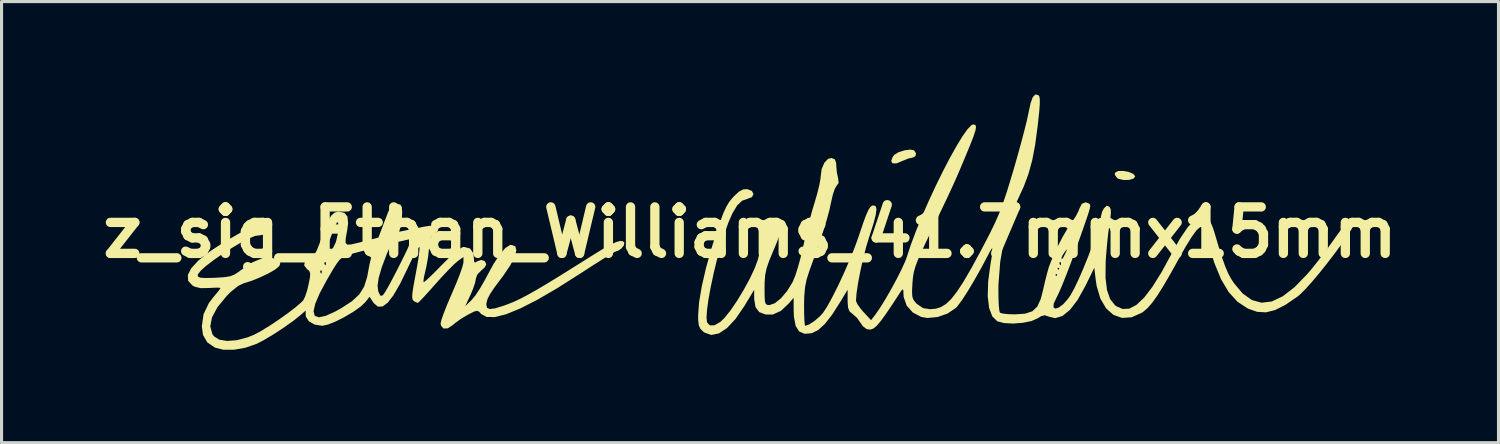
<source format=kicad_pcb>
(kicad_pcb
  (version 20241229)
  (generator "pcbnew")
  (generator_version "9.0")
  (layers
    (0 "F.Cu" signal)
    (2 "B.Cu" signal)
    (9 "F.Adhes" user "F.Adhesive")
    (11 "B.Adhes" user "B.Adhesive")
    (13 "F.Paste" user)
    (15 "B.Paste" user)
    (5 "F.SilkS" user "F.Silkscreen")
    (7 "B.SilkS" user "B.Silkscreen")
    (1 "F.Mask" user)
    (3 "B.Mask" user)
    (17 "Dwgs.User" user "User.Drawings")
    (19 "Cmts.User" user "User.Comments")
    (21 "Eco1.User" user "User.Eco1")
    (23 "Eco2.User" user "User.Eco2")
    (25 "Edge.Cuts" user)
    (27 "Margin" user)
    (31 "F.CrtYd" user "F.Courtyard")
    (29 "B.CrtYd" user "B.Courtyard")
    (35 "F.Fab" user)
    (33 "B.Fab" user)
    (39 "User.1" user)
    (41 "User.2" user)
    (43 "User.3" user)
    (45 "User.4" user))
  (footprint "z_sig_Ethan_Williams_41.7mmx15mm"
    (layer "F.Cu")
    (at 21.157 4.45)
    (property "Reference" "z_sig_Ethan_Williams_41.7mmx15mm" (at 0 0 0) (layer "F.SilkS") (effects (font (size 1.5 1.5) (thickness 0.3))))
    (attr board_only exclude_from_pos_files exclude_from_bom)
    (fp_poly (pts (xy 12.224 -1.949) (xy 12.369 -1.888) (xy 12.432 -1.811) (xy 12.432 -1.807) (xy 12.374 -1.734) (xy 12.234 -1.694) (xy 12.06 -1.69) (xy 11.9 -1.726) (xy 11.847 -1.756) (xy 11.77 -1.866) (xy 11.787 -1.933) (xy 11.883 -1.98) (xy 12.045 -1.983)) (stroke (width 0) (type solid)) (fill yes) (layer "F.SilkS"))
    (fp_poly (pts (xy 5.29 -2.65) (xy 5.358 -2.554) (xy 5.336 -2.455) (xy 5.244 -2.412) (xy 5.103 -2.382) (xy 4.935 -2.312) (xy 4.722 -2.225) (xy 4.594 -2.23) (xy 4.557 -2.307) (xy 4.601 -2.43) (xy 4.66 -2.506) (xy 4.797 -2.589) (xy 4.989 -2.649) (xy 5.176 -2.672)) (stroke (width 0) (type solid)) (fill yes) (layer "F.SilkS"))
    (fp_poly (pts (xy -11.4 -0.925) (xy -11.287 -0.896) (xy -11.238 -0.818) (xy -11.227 -0.65) (xy -11.227 -0.637) (xy -11.24 -0.413) (xy -11.27 -0.216) (xy -11.276 -0.194) (xy -11.324 -0.02) (xy -10.743 -0.14) (xy -10.478 -0.191) (xy -10.263 -0.223) (xy -10.131 -0.232) (xy -10.108 -0.227) (xy -10.052 -0.132) (xy -10.091 -0.017) (xy -10.191 0.056) (xy -10.273 0.11) (xy -10.322 0.218) (xy -10.351 0.416) (xy -10.358 0.506) (xy -10.392 0.804) (xy -10.448 1.116) (xy -10.481 1.257) (xy -10.526 1.45) (xy -10.541 1.577) (xy -10.53 1.608) (xy -10.468 1.563) (xy -10.333 1.439) (xy -10.147 1.256) (xy -9.934 1.039) (xy -9.646 0.752) (xy -9.431 0.568) (xy -9.281 0.479) (xy -9.23 0.469) (xy -9.037 0.52) (xy -8.933 0.671) (xy -8.913 0.826) (xy -8.903 0.955) (xy -8.861 0.972) (xy -8.814 0.939) (xy -8.682 0.889) (xy -8.563 0.925) (xy -8.511 1.029) (xy -8.563 1.131) (xy -8.679 1.234) (xy -8.805 1.365) (xy -8.847 1.493) (xy -8.875 1.633) (xy -8.947 1.841) (xy -9.019 2.011) (xy -9.191 2.379) (xy -8.987 2.184) (xy -8.863 2.034) (xy -8.711 1.803) (xy -8.556 1.534) (xy -8.504 1.435) (xy -8.282 1.026) (xy -8.076 0.712) (xy -7.894 0.502) (xy -7.744 0.407) (xy -7.709 0.402) (xy -7.578 0.447) (xy -7.541 0.578) (xy -7.596 0.787) (xy -7.739 1.065) (xy -7.969 1.405) (xy -8.029 1.485) (xy -8.247 1.776) (xy -8.39 1.99) (xy -8.472 2.149) (xy -8.507 2.279) (xy -8.511 2.341) (xy -8.485 2.437) (xy -8.396 2.474) (xy -8.227 2.452) (xy -7.963 2.371) (xy -7.794 2.309) (xy -7.61 2.235) (xy -7.406 2.138) (xy -7.168 2.013) (xy -6.881 1.851) (xy -6.532 1.644) (xy -6.108 1.384) (xy -5.595 1.063) (xy -5.201 0.815) (xy -4.82 0.578) (xy -4.533 0.413) (xy -4.326 0.315) (xy -4.186 0.275) (xy -4.097 0.29) (xy -4.058 0.33) (xy -4.07 0.417) (xy -4.152 0.522) (xy -4.26 0.595) (xy -4.302 0.603) (xy -4.377 0.638) (xy -4.545 0.737) (xy -4.789 0.887) (xy -5.091 1.078) (xy -5.431 1.298) (xy -5.491 1.337) (xy -6.227 1.804) (xy -6.868 2.177) (xy -7.415 2.455) (xy -7.869 2.641) (xy -8.229 2.733) (xy -8.497 2.731) (xy -8.674 2.637) (xy -8.682 2.628) (xy -8.754 2.552) (xy -8.824 2.531) (xy -8.931 2.567) (xy -9.107 2.658) (xy -9.327 2.789) (xy -9.525 2.932) (xy -9.589 2.988) (xy -9.754 3.097) (xy -9.892 3.104) (xy -9.974 3.012) (xy -9.986 2.93) (xy -9.959 2.82) (xy -9.887 2.615) (xy -9.78 2.343) (xy -9.647 2.031) (xy -9.617 1.962) (xy -9.48 1.642) (xy -9.366 1.352) (xy -9.286 1.122) (xy -9.25 0.979) (xy -9.249 0.964) (xy -9.249 0.795) (xy -9.433 0.927) (xy -9.55 1.029) (xy -9.729 1.207) (xy -9.944 1.435) (xy -10.153 1.668) (xy -10.363 1.903) (xy -10.539 2.096) (xy -10.665 2.227) (xy -10.722 2.277) (xy -10.723 2.277) (xy -10.802 2.245) (xy -10.852 2.216) (xy -10.889 2.173) (xy -10.904 2.09) (xy -10.895 1.944) (xy -10.859 1.714) (xy -10.797 1.376) (xy -10.793 1.355) (xy -10.735 1.038) (xy -10.692 0.766) (xy -10.668 0.567) (xy -10.667 0.471) (xy -10.667 0.47) (xy -10.703 0.495) (xy -10.783 0.623) (xy -10.894 0.835) (xy -11.028 1.11) (xy -11.061 1.181) (xy -11.3 1.67) (xy -11.511 2.033) (xy -11.696 2.272) (xy -11.86 2.392) (xy -12.007 2.397) (xy -12.139 2.289) (xy -12.17 2.246) (xy -12.279 2.078) (xy -12.411 2.247) (xy -12.567 2.395) (xy -12.803 2.562) (xy -13.081 2.728) (xy -13.365 2.872) (xy -13.619 2.974) (xy -13.805 3.015) (xy -13.808 3.015) (xy -14.051 2.976) (xy -14.238 2.87) (xy -14.335 2.72) (xy -14.342 2.665) (xy -14.342 2.549) (xy -14.087 2.549) (xy -14.048 2.693) (xy -13.917 2.741) (xy -13.694 2.694) (xy -13.378 2.55) (xy -13.192 2.446) (xy -12.849 2.223) (xy -12.611 2.002) (xy -12.455 1.752) (xy -12.447 1.725) (xy -12.022 1.725) (xy -11.997 1.907) (xy -11.994 1.915) (xy -11.936 2.037) (xy -11.879 2.047) (xy -11.831 2.005) (xy -11.769 1.913) (xy -11.661 1.725) (xy -11.521 1.465) (xy -11.363 1.159) (xy -11.309 1.051) (xy -11.142 0.716) (xy -11.031 0.482) (xy -10.969 0.334) (xy -10.953 0.254) (xy -10.975 0.225) (xy -11.03 0.23) (xy -11.043 0.233) (xy -11.24 0.279) (xy -11.396 0.312) (xy -11.522 0.362) (xy -11.62 0.475) (xy -11.719 0.684) (xy -11.723 0.694) (xy -11.888 1.133) (xy -11.986 1.472) (xy -12.022 1.725) (xy -12.447 1.725) (xy -12.357 1.44) (xy -12.327 1.278) (xy -12.28 1.027) (xy -12.228 0.805) (xy -12.194 0.696) (xy -12.157 0.575) (xy -12.194 0.539) (xy -12.332 0.56) (xy -12.518 0.603) (xy -12.76 0.667) (xy -12.886 0.703) (xy -13.033 0.749) (xy -13.145 0.8) (xy -13.241 0.88) (xy -13.341 1.008) (xy -13.466 1.207) (xy -13.636 1.499) (xy -13.655 1.531) (xy -13.89 1.968) (xy -14.034 2.307) (xy -14.087 2.549) (xy -14.342 2.549) (xy -14.342 2.523) (xy -14.493 2.657) (xy -14.734 2.851) (xy -15.047 3.073) (xy -15.385 3.294) (xy -15.703 3.483) (xy -15.922 3.596) (xy -16.284 3.723) (xy -16.659 3.788) (xy -17.004 3.787) (xy -17.269 3.72) (xy -17.518 3.549) (xy -17.656 3.307) (xy -17.693 3.032) (xy -17.637 2.639) (xy -17.462 2.274) (xy -17.299 2.064) (xy -17.176 1.918) (xy -17.101 1.817) (xy -17.09 1.795) (xy -17.15 1.784) (xy -17.306 1.786) (xy -17.458 1.795) (xy -17.733 1.8) (xy -17.925 1.753) (xy -17.994 1.716) (xy -18.133 1.564) (xy -18.145 1.376) (xy -18.032 1.155) (xy -17.796 0.901) (xy -17.437 0.617) (xy -16.959 0.304) (xy -16.439 0.006) (xy -16.085 -0.183) (xy -15.828 -0.308) (xy -15.651 -0.375) (xy -15.538 -0.389) (xy -15.47 -0.355) (xy -15.437 -0.298) (xy -15.45 -0.169) (xy -15.547 -0.033) (xy -15.688 0.07) (xy -15.832 0.098) (xy -15.844 0.096) (xy -15.971 0.114) (xy -16.177 0.198) (xy -16.436 0.333) (xy -16.727 0.504) (xy -17.025 0.695) (xy -17.307 0.891) (xy -17.549 1.076) (xy -17.728 1.236) (xy -17.82 1.354) (xy -17.827 1.383) (xy -17.808 1.435) (xy -17.734 1.463) (xy -17.581 1.473) (xy -17.323 1.467) (xy -17.271 1.465) (xy -16.985 1.448) (xy -16.791 1.419) (xy -16.645 1.365) (xy -16.506 1.275) (xy -16.45 1.232) (xy -16.064 0.969) (xy -15.73 0.829) (xy -15.449 0.811) (xy -15.245 0.897) (xy -15.159 0.982) (xy -15.182 1.066) (xy -15.216 1.11) (xy -15.337 1.206) (xy -15.545 1.325) (xy -15.801 1.447) (xy -16.063 1.555) (xy -16.292 1.629) (xy -16.33 1.638) (xy -16.519 1.727) (xy -16.754 1.916) (xy -16.886 2.047) (xy -17.186 2.412) (xy -17.365 2.742) (xy -17.421 3.033) (xy -17.353 3.281) (xy -17.305 3.351) (xy -17.134 3.462) (xy -16.876 3.504) (xy -16.56 3.479) (xy -16.213 3.387) (xy -15.992 3.296) (xy -15.771 3.177) (xy -15.495 3.007) (xy -15.198 2.808) (xy -14.908 2.601) (xy -14.657 2.409) (xy -14.476 2.252) (xy -14.42 2.193) (xy -14.359 2.07) (xy -14.292 1.866) (xy -14.247 1.679) (xy -14.204 1.454) (xy -14.196 1.322) (xy -14.215 1.273) (xy -13.873 1.273) (xy -13.848 1.329) (xy -13.828 1.318) (xy -13.82 1.238) (xy -13.828 1.229) (xy -13.868 1.238) (xy -13.873 1.273) (xy -14.215 1.273) (xy -14.226 1.245) (xy -14.297 1.186) (xy -14.298 1.185) (xy -14.391 1.067) (xy -14.378 1.005) (xy -13.739 1.005) (xy -13.714 1.06) (xy -13.694 1.05) (xy -13.686 0.97) (xy -13.694 0.961) (xy -13.734 0.97) (xy -13.739 1.005) (xy -14.378 1.005) (xy -14.364 0.938) (xy -14.228 0.827) (xy -14.183 0.807) (xy -14.078 0.736) (xy -13.986 0.592) (xy -13.976 0.566) (xy -13.66 0.566) (xy -13.629 0.597) (xy -13.559 0.591) (xy -13.557 0.591) (xy -13.462 0.511) (xy -13.373 0.326) (xy -13.354 0.268) (xy -13.303 0.036) (xy -13.283 -0.179) (xy -13.285 -0.235) (xy -13.299 -0.322) (xy -13.327 -0.325) (xy -13.378 -0.232) (xy -13.462 -0.029) (xy -13.487 0.035) (xy -13.592 0.307) (xy -13.649 0.477) (xy -13.66 0.566) (xy -13.976 0.566) (xy -13.89 0.349) (xy -13.87 0.289) (xy -13.737 -0.096) (xy -13.622 -0.368) (xy -13.516 -0.543) (xy -13.409 -0.638) (xy -13.289 -0.67) (xy -13.271 -0.67) (xy -13.091 -0.632) (xy -12.993 -0.51) (xy -12.972 -0.292) (xy -13.002 -0.064) (xy -13.048 0.185) (xy -13.055 0.332) (xy -13.003 0.395) (xy -12.87 0.389) (xy -12.634 0.333) (xy -12.531 0.307) (xy -11.994 0.169) (xy -11.784 -0.388) (xy -11.68 -0.655) (xy -11.604 -0.818) (xy -11.539 -0.901) (xy -11.468 -0.928)) (stroke (width 0) (type solid)) (fill yes) (layer "F.SilkS"))
    (fp_poly (pts (xy 9.304 -4.431) (xy 9.337 -4.387) (xy 9.353 -4.296) (xy 9.352 -4.136) (xy 9.333 -3.888) (xy 9.295 -3.533) (xy 9.282 -3.42) (xy 9.203 -2.829) (xy 9.109 -2.334) (xy 8.99 -1.897) (xy 8.835 -1.48) (xy 8.635 -1.046) (xy 8.631 -1.039) (xy 8.39 -0.451) (xy 8.201 0.224) (xy 8.075 0.948) (xy 8.018 1.681) (xy 8.016 1.787) (xy 8.018 2.092) (xy 8.028 2.348) (xy 8.046 2.525) (xy 8.065 2.591) (xy 8.157 2.62) (xy 8.341 2.64) (xy 8.547 2.646) (xy 8.877 2.624) (xy 9.111 2.547) (xy 9.272 2.395) (xy 9.385 2.145) (xy 9.455 1.87) (xy 9.521 1.583) (xy 9.574 1.374) (xy 9.852 1.374) (xy 9.885 1.407) (xy 9.919 1.374) (xy 9.885 1.34) (xy 9.852 1.374) (xy 9.574 1.374) (xy 9.591 1.308) (xy 9.629 1.173) (xy 9.919 1.173) (xy 9.952 1.206) (xy 9.986 1.173) (xy 9.952 1.139) (xy 9.919 1.173) (xy 9.629 1.173) (xy 9.649 1.106) (xy 9.688 1.005) (xy 9.986 1.005) (xy 10.01 1.06) (xy 10.03 1.05) (xy 10.038 0.97) (xy 10.03 0.961) (xy 9.991 0.97) (xy 9.986 1.005) (xy 9.688 1.005) (xy 9.756 0.828) (xy 10.053 0.828) (xy 10.066 0.87) (xy 10.111 0.809) (xy 10.181 0.67) (xy 10.232 0.559) (xy 10.218 0.559) (xy 10.157 0.633) (xy 10.076 0.757) (xy 10.053 0.828) (xy 9.756 0.828) (xy 9.758 0.823) (xy 9.911 0.49) (xy 10.086 0.153) (xy 10.258 -0.144) (xy 10.392 -0.339) (xy 10.52 -0.528) (xy 10.61 -0.708) (xy 10.624 -0.753) (xy 10.706 -0.92) (xy 10.83 -0.972) (xy 10.923 -0.939) (xy 10.954 -0.92) (xy 10.975 -0.896) (xy 10.981 -0.852) (xy 10.967 -0.772) (xy 10.929 -0.64) (xy 10.863 -0.441) (xy 10.765 -0.158) (xy 10.63 0.224) (xy 10.502 0.583) (xy 10.355 0.987) (xy 10.21 1.367) (xy 10.077 1.699) (xy 9.967 1.954) (xy 9.893 2.104) (xy 9.8 2.303) (xy 9.794 2.421) (xy 9.855 2.461) (xy 9.966 2.425) (xy 10.11 2.317) (xy 10.267 2.139) (xy 10.345 2.026) (xy 10.466 1.806) (xy 10.609 1.507) (xy 10.762 1.155) (xy 10.915 0.777) (xy 11.057 0.401) (xy 11.18 0.052) (xy 11.271 -0.242) (xy 11.32 -0.454) (xy 11.326 -0.517) (xy 11.365 -0.672) (xy 11.422 -0.775) (xy 11.512 -0.86) (xy 11.592 -0.832) (xy 11.6 -0.824) (xy 11.64 -0.75) (xy 11.647 -0.619) (xy 11.623 -0.401) (xy 11.6 -0.254) (xy 11.56 0.033) (xy 11.522 0.395) (xy 11.49 0.774) (xy 11.479 0.953) (xy 11.474 1.466) (xy 11.522 1.865) (xy 11.625 2.158) (xy 11.785 2.356) (xy 11.816 2.379) (xy 12.025 2.473) (xy 12.243 2.461) (xy 12.473 2.34) (xy 12.721 2.105) (xy 12.99 1.753) (xy 13.285 1.28) (xy 13.598 0.704) (xy 13.878 0.201) (xy 14.131 -0.171) (xy 14.357 -0.412) (xy 14.556 -0.522) (xy 14.729 -0.502) (xy 14.777 -0.469) (xy 14.849 -0.363) (xy 14.931 -0.173) (xy 14.985 -0.009) (xy 15.124 0.46) (xy 15.238 0.822) (xy 15.337 1.099) (xy 15.428 1.314) (xy 15.522 1.49) (xy 15.616 1.635) (xy 15.9 1.972) (xy 16.196 2.184) (xy 16.508 2.27) (xy 16.84 2.23) (xy 17.195 2.062) (xy 17.576 1.767) (xy 17.988 1.343) (xy 18.138 1.166) (xy 18.372 0.871) (xy 18.63 0.531) (xy 18.858 0.213) (xy 18.885 0.174) (xy 19.095 -0.116) (xy 19.253 -0.299) (xy 19.374 -0.385) (xy 19.468 -0.384) (xy 19.514 -0.351) (xy 19.503 -0.272) (xy 19.418 -0.111) (xy 19.274 0.116) (xy 19.084 0.39) (xy 18.861 0.693) (xy 18.62 1.007) (xy 18.375 1.314) (xy 18.138 1.595) (xy 17.925 1.832) (xy 17.749 2.007) (xy 17.674 2.069) (xy 17.281 2.339) (xy 16.947 2.507) (xy 16.651 2.581) (xy 16.37 2.565) (xy 16.081 2.464) (xy 16.056 2.452) (xy 15.732 2.238) (xy 15.45 1.928) (xy 15.203 1.514) (xy 14.985 0.984) (xy 14.844 0.53) (xy 14.762 0.253) (xy 14.685 0.023) (xy 14.626 -0.128) (xy 14.603 -0.166) (xy 14.526 -0.171) (xy 14.408 -0.064) (xy 14.246 0.158) (xy 14.038 0.498) (xy 13.866 0.804) (xy 13.582 1.316) (xy 13.346 1.721) (xy 13.15 2.034) (xy 12.983 2.268) (xy 12.836 2.437) (xy 12.7 2.556) (xy 12.647 2.593) (xy 12.317 2.74) (xy 12.007 2.761) (xy 11.729 2.663) (xy 11.493 2.453) (xy 11.309 2.14) (xy 11.187 1.729) (xy 11.159 1.542) (xy 11.112 1.142) (xy 10.825 1.727) (xy 10.576 2.174) (xy 10.328 2.499) (xy 10.084 2.698) (xy 9.849 2.769) (xy 9.644 2.72) (xy 9.516 2.675) (xy 9.396 2.704) (xy 9.282 2.775) (xy 9.08 2.863) (xy 8.8 2.919) (xy 8.491 2.942) (xy 8.205 2.928) (xy 7.99 2.873) (xy 7.978 2.867) (xy 7.817 2.708) (xy 7.715 2.434) (xy 7.671 2.055) (xy 7.687 1.577) (xy 7.763 1.007) (xy 7.78 0.912) (xy 7.823 0.659) (xy 7.833 0.531) (xy 7.806 0.52) (xy 7.741 0.621) (xy 7.698 0.704) (xy 7.471 1.132) (xy 7.244 1.536) (xy 7.031 1.893) (xy 6.844 2.182) (xy 6.696 2.381) (xy 6.644 2.438) (xy 6.377 2.619) (xy 6.054 2.732) (xy 5.726 2.763) (xy 5.529 2.73) (xy 5.254 2.586) (xy 5.056 2.363) (xy 4.96 2.092) (xy 4.955 2.022) (xy 4.948 1.87) (xy 4.923 1.835) (xy 4.872 1.899) (xy 4.599 2.317) (xy 4.386 2.633) (xy 4.22 2.861) (xy 4.092 3.012) (xy 3.988 3.099) (xy 3.898 3.135) (xy 3.811 3.132) (xy 3.761 3.119) (xy 3.642 3.031) (xy 3.565 2.918) (xy 3.453 2.759) (xy 3.32 2.643) (xy 3.216 2.554) (xy 3.165 2.435) (xy 3.15 2.238) (xy 3.15 2.191) (xy 3.15 1.851) (xy 2.91 2.249) (xy 2.645 2.663) (xy 2.411 2.961) (xy 2.197 3.154) (xy 1.99 3.255) (xy 1.777 3.273) (xy 1.756 3.271) (xy 1.585 3.198) (xy 1.473 3.019) (xy 1.417 2.727) (xy 1.408 2.513) (xy 1.407 2.111) (xy 1.256 2.289) (xy 0.996 2.534) (xy 0.736 2.651) (xy 0.504 2.652) (xy 0.297 2.573) (xy 0.179 2.417) (xy 0.135 2.165) (xy 0.134 2.104) (xy 0.134 1.853) (xy -0.184 2.38) (xy -0.467 2.792) (xy -0.742 3.087) (xy -1.004 3.261) (xy -1.249 3.311) (xy -1.47 3.233) (xy -1.5 3.211) (xy -1.602 3.114) (xy -1.654 2.997) (xy -1.674 2.816) (xy -1.675 2.683) (xy -1.646 2.27) (xy -1.56 1.754) (xy -1.422 1.153) (xy -1.235 0.486) (xy -1.103 0.067) (xy -0.972 -0.325) (xy -0.864 -0.613) (xy -0.768 -0.824) (xy -0.672 -0.984) (xy -0.564 -1.117) (xy -0.538 -1.146) (xy -0.362 -1.312) (xy -0.222 -1.387) (xy -0.089 -1.396) (xy 0.06 -1.338) (xy 0.111 -1.237) (xy 0.063 -1.139) (xy -0.076 -1.085) (xy -0.254 -1.023) (xy -0.414 -0.871) (xy -0.569 -0.613) (xy -0.698 -0.317) (xy -0.823 0.034) (xy -0.948 0.44) (xy -1.067 0.879) (xy -1.175 1.327) (xy -1.268 1.763) (xy -1.341 2.161) (xy -1.388 2.5) (xy -1.404 2.757) (xy -1.387 2.905) (xy -1.294 3.003) (xy -1.145 2.997) (xy -0.962 2.892) (xy -0.831 2.769) (xy -0.63 2.52) (xy -0.413 2.2) (xy -0.197 1.842) (xy -0.001 1.481) (xy 0.155 1.148) (xy 0.254 0.878) (xy 0.27 0.812) (xy 0.371 0.404) (xy 0.495 0.058) (xy 0.633 -0.208) (xy 0.777 -0.378) (xy 0.917 -0.438) (xy 0.966 -0.429) (xy 1.031 -0.381) (xy 1.055 -0.292) (xy 1.032 -0.144) (xy 0.96 0.08) (xy 0.835 0.397) (xy 0.74 0.622) (xy 0.612 0.932) (xy 0.532 1.168) (xy 0.489 1.377) (xy 0.472 1.606) (xy 0.469 1.801) (xy 0.471 2.069) (xy 0.482 2.231) (xy 0.51 2.313) (xy 0.563 2.342) (xy 0.629 2.346) (xy 0.8 2.287) (xy 0.997 2.129) (xy 1.196 1.894) (xy 1.373 1.607) (xy 1.379 1.595) (xy 1.459 1.4) (xy 1.55 1.115) (xy 1.641 0.779) (xy 1.708 0.489) (xy 1.798 0.095) (xy 1.905 -0.331) (xy 2.013 -0.727) (xy 2.077 -0.938) (xy 2.165 -1.237) (xy 2.233 -1.512) (xy 2.273 -1.723) (xy 2.279 -1.796) (xy 2.312 -2.044) (xy 2.399 -2.248) (xy 2.522 -2.375) (xy 2.634 -2.4) (xy 2.737 -2.358) (xy 2.779 -2.245) (xy 2.784 -2.145) (xy 2.803 -1.931) (xy 2.843 -1.748) (xy 2.843 -1.748) (xy 2.859 -1.592) (xy 2.8 -1.513) (xy 2.74 -1.414) (xy 2.674 -1.223) (xy 2.618 -0.981) (xy 2.616 -0.972) (xy 2.563 -0.725) (xy 2.486 -0.437) (xy 2.379 -0.087) (xy 2.237 0.34) (xy 2.053 0.862) (xy 1.916 1.24) (xy 1.827 1.516) (xy 1.775 1.775) (xy 1.75 2.072) (xy 1.744 2.362) (xy 1.747 2.64) (xy 1.756 2.859) (xy 1.769 2.991) (xy 1.779 3.016) (xy 1.912 2.97) (xy 2.088 2.854) (xy 2.265 2.699) (xy 2.356 2.597) (xy 2.489 2.394) (xy 2.655 2.093) (xy 2.841 1.723) (xy 3.033 1.311) (xy 3.218 0.885) (xy 3.383 0.474) (xy 3.515 0.106) (xy 3.52 0.091) (xy 3.646 -0.286) (xy 3.744 -0.552) (xy 3.821 -0.725) (xy 3.887 -0.824) (xy 3.95 -0.866) (xy 3.99 -0.871) (xy 4.058 -0.841) (xy 4.081 -0.743) (xy 4.057 -0.562) (xy 3.985 -0.286) (xy 3.862 0.099) (xy 3.85 0.134) (xy 3.748 0.468) (xy 3.649 0.855) (xy 3.559 1.258) (xy 3.486 1.642) (xy 3.437 1.97) (xy 3.42 2.206) (xy 3.42 2.212) (xy 3.464 2.315) (xy 3.575 2.47) (xy 3.664 2.573) (xy 3.906 2.833) (xy 4.031 2.673) (xy 4.182 2.458) (xy 4.363 2.167) (xy 4.555 1.834) (xy 4.74 1.493) (xy 4.899 1.176) (xy 5.015 0.919) (xy 5.057 0.804) (xy 5.191 0.397) (xy 5.36 -0.053) (xy 5.556 -0.531) (xy 5.771 -1.021) (xy 5.997 -1.507) (xy 6.227 -1.974) (xy 6.451 -2.405) (xy 6.664 -2.785) (xy 6.855 -3.098) (xy 7.018 -3.328) (xy 7.145 -3.46) (xy 7.204 -3.485) (xy 7.269 -3.47) (xy 7.295 -3.412) (xy 7.277 -3.294) (xy 7.212 -3.096) (xy 7.097 -2.801) (xy 7.045 -2.675) (xy 6.897 -2.318) (xy 6.769 -2.014) (xy 6.649 -1.737) (xy 6.523 -1.458) (xy 6.381 -1.152) (xy 6.21 -0.792) (xy 5.998 -0.351) (xy 5.883 -0.113) (xy 5.677 0.317) (xy 5.522 0.65) (xy 5.411 0.906) (xy 5.335 1.108) (xy 5.288 1.278) (xy 5.26 1.437) (xy 5.244 1.609) (xy 5.242 1.641) (xy 5.229 1.9) (xy 5.237 2.065) (xy 5.274 2.175) (xy 5.348 2.271) (xy 5.383 2.307) (xy 5.584 2.444) (xy 5.811 2.479) (xy 5.994 2.464) (xy 6.164 2.41) (xy 6.329 2.308) (xy 6.499 2.144) (xy 6.682 1.909) (xy 6.89 1.591) (xy 7.13 1.179) (xy 7.412 0.662) (xy 7.56 0.382) (xy 7.755 0.006) (xy 7.912 -0.318) (xy 8.045 -0.623) (xy 8.166 -0.942) (xy 8.289 -1.309) (xy 8.426 -1.756) (xy 8.502 -2.011) (xy 8.629 -2.453) (xy 8.748 -2.883) (xy 8.851 -3.274) (xy 8.932 -3.598) (xy 8.982 -3.826) (xy 8.987 -3.854) (xy 9.055 -4.173) (xy 9.128 -4.369) (xy 9.211 -4.45)) (stroke (width 0) (type solid)) (fill yes) (layer "F.SilkS")))
  (gr_rect
    (start -3 -3)
    (end 45.314 11.238)
    (stroke (width 0.1) (type default))
    (fill no)
    (layer "Edge.Cuts")))
</source>
